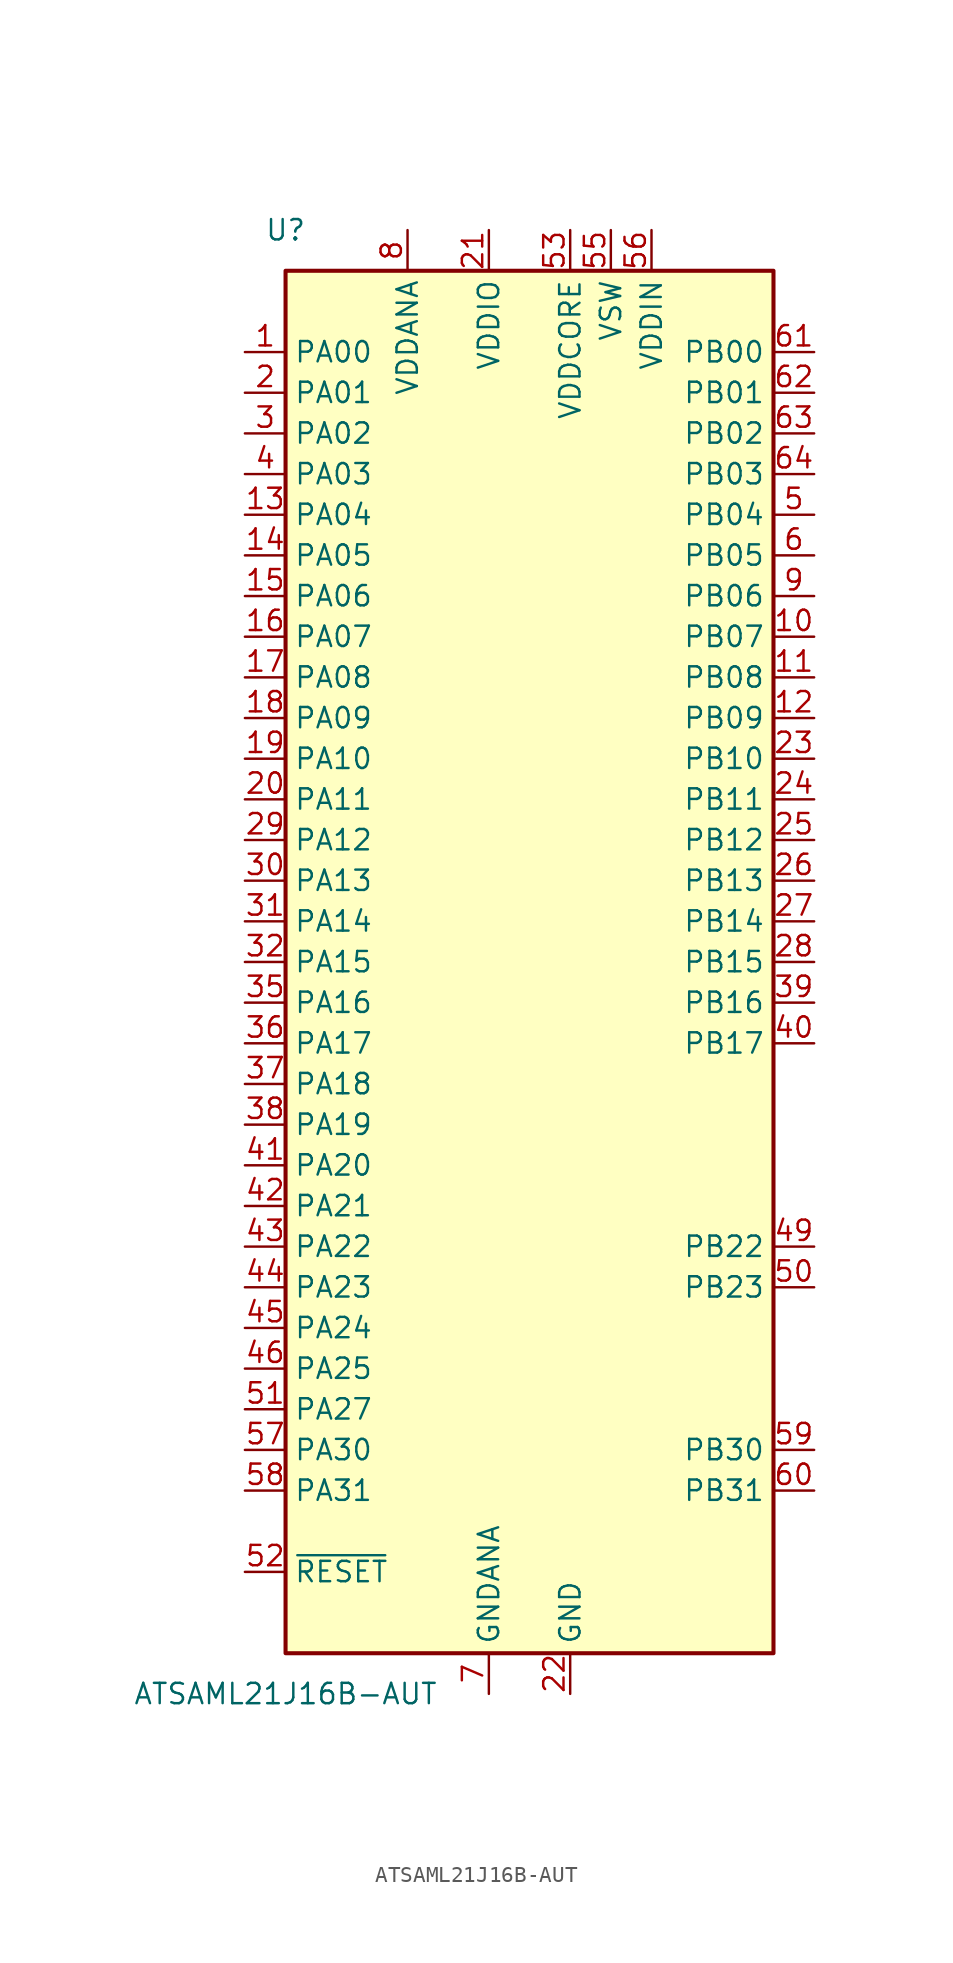
<source format=kicad_sym>
(kicad_symbol_lib
  (version 20231120)
  (generator "kicad_symbol_editor")
  (generator_version "8.0")
  (symbol "ATSAML21J16B-AUT"
    (property "Reference" "U"
      (at -15.24 45.72 0)
      (effects (font (size 1.27 1.27))))
    (property "Value" "ATSAML21J16B-AUT"
      (at -15.24 -45.72 0)
      (effects (font (size 1.27 1.27))))
    (symbol "ATSAML21J16B-AUT_0_1"
      (rectangle (start -15.24 43.18) (end 15.24 -43.18) (stroke (width 0.254) (type default)) (fill (type background))))
    (symbol "ATSAML21J16B-AUT_1_1"
      (pin bidirectional line (at -17.78 38.1 0) (length 2.54) (name "PA00" (effects (font (size 1.27 1.27)))) (number "1" (effects (font (size 1.27 1.27)))))
      (pin bidirectional line (at 17.78 20.32 180) (length 2.54) (name "PB07" (effects (font (size 1.27 1.27)))) (number "10" (effects (font (size 1.27 1.27)))))
      (pin bidirectional line (at 17.78 17.78 180) (length 2.54) (name "PB08" (effects (font (size 1.27 1.27)))) (number "11" (effects (font (size 1.27 1.27)))))
      (pin bidirectional line (at 17.78 15.24 180) (length 2.54) (name "PB09" (effects (font (size 1.27 1.27)))) (number "12" (effects (font (size 1.27 1.27)))))
      (pin bidirectional line (at -17.78 27.94 0) (length 2.54) (name "PA04" (effects (font (size 1.27 1.27)))) (number "13" (effects (font (size 1.27 1.27)))))
      (pin bidirectional line (at -17.78 25.4 0) (length 2.54) (name "PA05" (effects (font (size 1.27 1.27)))) (number "14" (effects (font (size 1.27 1.27)))))
      (pin bidirectional line (at -17.78 22.86 0) (length 2.54) (name "PA06" (effects (font (size 1.27 1.27)))) (number "15" (effects (font (size 1.27 1.27)))))
      (pin bidirectional line (at -17.78 20.32 0) (length 2.54) (name "PA07" (effects (font (size 1.27 1.27)))) (number "16" (effects (font (size 1.27 1.27)))))
      (pin bidirectional line (at -17.78 17.78 0) (length 2.54) (name "PA08" (effects (font (size 1.27 1.27)))) (number "17" (effects (font (size 1.27 1.27)))))
      (pin bidirectional line (at -17.78 15.24 0) (length 2.54) (name "PA09" (effects (font (size 1.27 1.27)))) (number "18" (effects (font (size 1.27 1.27)))))
      (pin bidirectional line (at -17.78 12.7 0) (length 2.54) (name "PA10" (effects (font (size 1.27 1.27)))) (number "19" (effects (font (size 1.27 1.27)))))
      (pin bidirectional line (at -17.78 35.56 0) (length 2.54) (name "PA01" (effects (font (size 1.27 1.27)))) (number "2" (effects (font (size 1.27 1.27)))))
      (pin bidirectional line (at -17.78 10.16 0) (length 2.54) (name "PA11" (effects (font (size 1.27 1.27)))) (number "20" (effects (font (size 1.27 1.27)))))
      (pin power_in line (at -2.54 45.72 270) (length 2.54) (name "VDDIO" (effects (font (size 1.27 1.27)))) (number "21" (effects (font (size 1.27 1.27)))))
      (pin power_in line (at 2.54 -45.72 90) (length 2.54) (name "GND" (effects (font (size 1.27 1.27)))) (number "22" (effects (font (size 1.27 1.27)))))
      (pin bidirectional line (at 17.78 12.7 180) (length 2.54) (name "PB10" (effects (font (size 1.27 1.27)))) (number "23" (effects (font (size 1.27 1.27)))))
      (pin bidirectional line (at 17.78 10.16 180) (length 2.54) (name "PB11" (effects (font (size 1.27 1.27)))) (number "24" (effects (font (size 1.27 1.27)))))
      (pin bidirectional line (at 17.78 7.62 180) (length 2.54) (name "PB12" (effects (font (size 1.27 1.27)))) (number "25" (effects (font (size 1.27 1.27)))))
      (pin bidirectional line (at 17.78 5.08 180) (length 2.54) (name "PB13" (effects (font (size 1.27 1.27)))) (number "26" (effects (font (size 1.27 1.27)))))
      (pin bidirectional line (at 17.78 2.54 180) (length 2.54) (name "PB14" (effects (font (size 1.27 1.27)))) (number "27" (effects (font (size 1.27 1.27)))))
      (pin bidirectional line (at 17.78 0 180) (length 2.54) (name "PB15" (effects (font (size 1.27 1.27)))) (number "28" (effects (font (size 1.27 1.27)))))
      (pin bidirectional line (at -17.78 7.62 0) (length 2.54) (name "PA12" (effects (font (size 1.27 1.27)))) (number "29" (effects (font (size 1.27 1.27)))))
      (pin bidirectional line (at -17.78 33.02 0) (length 2.54) (name "PA02" (effects (font (size 1.27 1.27)))) (number "3" (effects (font (size 1.27 1.27)))))
      (pin bidirectional line (at -17.78 5.08 0) (length 2.54) (name "PA13" (effects (font (size 1.27 1.27)))) (number "30" (effects (font (size 1.27 1.27)))))
      (pin bidirectional line (at -17.78 2.54 0) (length 2.54) (name "PA14" (effects (font (size 1.27 1.27)))) (number "31" (effects (font (size 1.27 1.27)))))
      (pin bidirectional line (at -17.78 0 0) (length 2.54) (name "PA15" (effects (font (size 1.27 1.27)))) (number "32" (effects (font (size 1.27 1.27)))))
      (pin passive line (at 2.54 -45.72 90) (length 2.54) hide (name "GND" (effects (font (size 1.27 1.27)))) (number "33" (effects (font (size 1.27 1.27)))))
      (pin passive line (at -2.54 45.72 270) (length 2.54) hide (name "VDDIO" (effects (font (size 1.27 1.27)))) (number "34" (effects (font (size 1.27 1.27)))))
      (pin bidirectional line (at -17.78 -2.54 0) (length 2.54) (name "PA16" (effects (font (size 1.27 1.27)))) (number "35" (effects (font (size 1.27 1.27)))))
      (pin bidirectional line (at -17.78 -5.08 0) (length 2.54) (name "PA17" (effects (font (size 1.27 1.27)))) (number "36" (effects (font (size 1.27 1.27)))))
      (pin bidirectional line (at -17.78 -7.62 0) (length 2.54) (name "PA18" (effects (font (size 1.27 1.27)))) (number "37" (effects (font (size 1.27 1.27)))))
      (pin bidirectional line (at -17.78 -10.16 0) (length 2.54) (name "PA19" (effects (font (size 1.27 1.27)))) (number "38" (effects (font (size 1.27 1.27)))))
      (pin bidirectional line (at 17.78 -2.54 180) (length 2.54) (name "PB16" (effects (font (size 1.27 1.27)))) (number "39" (effects (font (size 1.27 1.27)))))
      (pin bidirectional line (at -17.78 30.48 0) (length 2.54) (name "PA03" (effects (font (size 1.27 1.27)))) (number "4" (effects (font (size 1.27 1.27)))))
      (pin bidirectional line (at 17.78 -5.08 180) (length 2.54) (name "PB17" (effects (font (size 1.27 1.27)))) (number "40" (effects (font (size 1.27 1.27)))))
      (pin bidirectional line (at -17.78 -12.7 0) (length 2.54) (name "PA20" (effects (font (size 1.27 1.27)))) (number "41" (effects (font (size 1.27 1.27)))))
      (pin bidirectional line (at -17.78 -15.24 0) (length 2.54) (name "PA21" (effects (font (size 1.27 1.27)))) (number "42" (effects (font (size 1.27 1.27)))))
      (pin bidirectional line (at -17.78 -17.78 0) (length 2.54) (name "PA22" (effects (font (size 1.27 1.27)))) (number "43" (effects (font (size 1.27 1.27)))))
      (pin bidirectional line (at -17.78 -20.32 0) (length 2.54) (name "PA23" (effects (font (size 1.27 1.27)))) (number "44" (effects (font (size 1.27 1.27)))))
      (pin bidirectional line (at -17.78 -22.86 0) (length 2.54) (name "PA24" (effects (font (size 1.27 1.27)))) (number "45" (effects (font (size 1.27 1.27)))))
      (pin bidirectional line (at -17.78 -25.4 0) (length 2.54) (name "PA25" (effects (font (size 1.27 1.27)))) (number "46" (effects (font (size 1.27 1.27)))))
      (pin passive line (at 2.54 -45.72 90) (length 2.54) hide (name "GND" (effects (font (size 1.27 1.27)))) (number "47" (effects (font (size 1.27 1.27)))))
      (pin passive line (at -2.54 45.72 270) (length 2.54) hide (name "VDDIO" (effects (font (size 1.27 1.27)))) (number "48" (effects (font (size 1.27 1.27)))))
      (pin bidirectional line (at 17.78 -17.78 180) (length 2.54) (name "PB22" (effects (font (size 1.27 1.27)))) (number "49" (effects (font (size 1.27 1.27)))))
      (pin bidirectional line (at 17.78 27.94 180) (length 2.54) (name "PB04" (effects (font (size 1.27 1.27)))) (number "5" (effects (font (size 1.27 1.27)))))
      (pin bidirectional line (at 17.78 -20.32 180) (length 2.54) (name "PB23" (effects (font (size 1.27 1.27)))) (number "50" (effects (font (size 1.27 1.27)))))
      (pin bidirectional line (at -17.78 -27.94 0) (length 2.54) (name "PA27" (effects (font (size 1.27 1.27)))) (number "51" (effects (font (size 1.27 1.27)))))
      (pin input line (at -17.78 -38.1 0) (length 2.54) (name "~{RESET}" (effects (font (size 1.27 1.27)))) (number "52" (effects (font (size 1.27 1.27)))))
      (pin power_in line (at 2.54 45.72 270) (length 2.54) (name "VDDCORE" (effects (font (size 1.27 1.27)))) (number "53" (effects (font (size 1.27 1.27)))))
      (pin passive line (at 2.54 -45.72 90) (length 2.54) hide (name "GND" (effects (font (size 1.27 1.27)))) (number "54" (effects (font (size 1.27 1.27)))))
      (pin power_out line (at 5.08 45.72 270) (length 2.54) (name "VSW" (effects (font (size 1.27 1.27)))) (number "55" (effects (font (size 1.27 1.27)))))
      (pin power_in line (at 7.62 45.72 270) (length 2.54) (name "VDDIN" (effects (font (size 1.27 1.27)))) (number "56" (effects (font (size 1.27 1.27)))))
      (pin bidirectional line (at -17.78 -30.48 0) (length 2.54) (name "PA30" (effects (font (size 1.27 1.27)))) (number "57" (effects (font (size 1.27 1.27)))))
      (pin bidirectional line (at -17.78 -33.02 0) (length 2.54) (name "PA31" (effects (font (size 1.27 1.27)))) (number "58" (effects (font (size 1.27 1.27)))))
      (pin bidirectional line (at 17.78 -30.48 180) (length 2.54) (name "PB30" (effects (font (size 1.27 1.27)))) (number "59" (effects (font (size 1.27 1.27)))))
      (pin bidirectional line (at 17.78 25.4 180) (length 2.54) (name "PB05" (effects (font (size 1.27 1.27)))) (number "6" (effects (font (size 1.27 1.27)))))
      (pin bidirectional line (at 17.78 -33.02 180) (length 2.54) (name "PB31" (effects (font (size 1.27 1.27)))) (number "60" (effects (font (size 1.27 1.27)))))
      (pin bidirectional line (at 17.78 38.1 180) (length 2.54) (name "PB00" (effects (font (size 1.27 1.27)))) (number "61" (effects (font (size 1.27 1.27)))))
      (pin bidirectional line (at 17.78 35.56 180) (length 2.54) (name "PB01" (effects (font (size 1.27 1.27)))) (number "62" (effects (font (size 1.27 1.27)))))
      (pin bidirectional line (at 17.78 33.02 180) (length 2.54) (name "PB02" (effects (font (size 1.27 1.27)))) (number "63" (effects (font (size 1.27 1.27)))))
      (pin bidirectional line (at 17.78 30.48 180) (length 2.54) (name "PB03" (effects (font (size 1.27 1.27)))) (number "64" (effects (font (size 1.27 1.27)))))
      (pin power_in line (at -2.54 -45.72 90) (length 2.54) (name "GNDANA" (effects (font (size 1.27 1.27)))) (number "7" (effects (font (size 1.27 1.27)))))
      (pin power_in line (at -7.62 45.72 270) (length 2.54) (name "VDDANA" (effects (font (size 1.27 1.27)))) (number "8" (effects (font (size 1.27 1.27)))))
      (pin bidirectional line (at 17.78 22.86 180) (length 2.54) (name "PB06" (effects (font (size 1.27 1.27)))) (number "9" (effects (font (size 1.27 1.27))))))))
</source>
